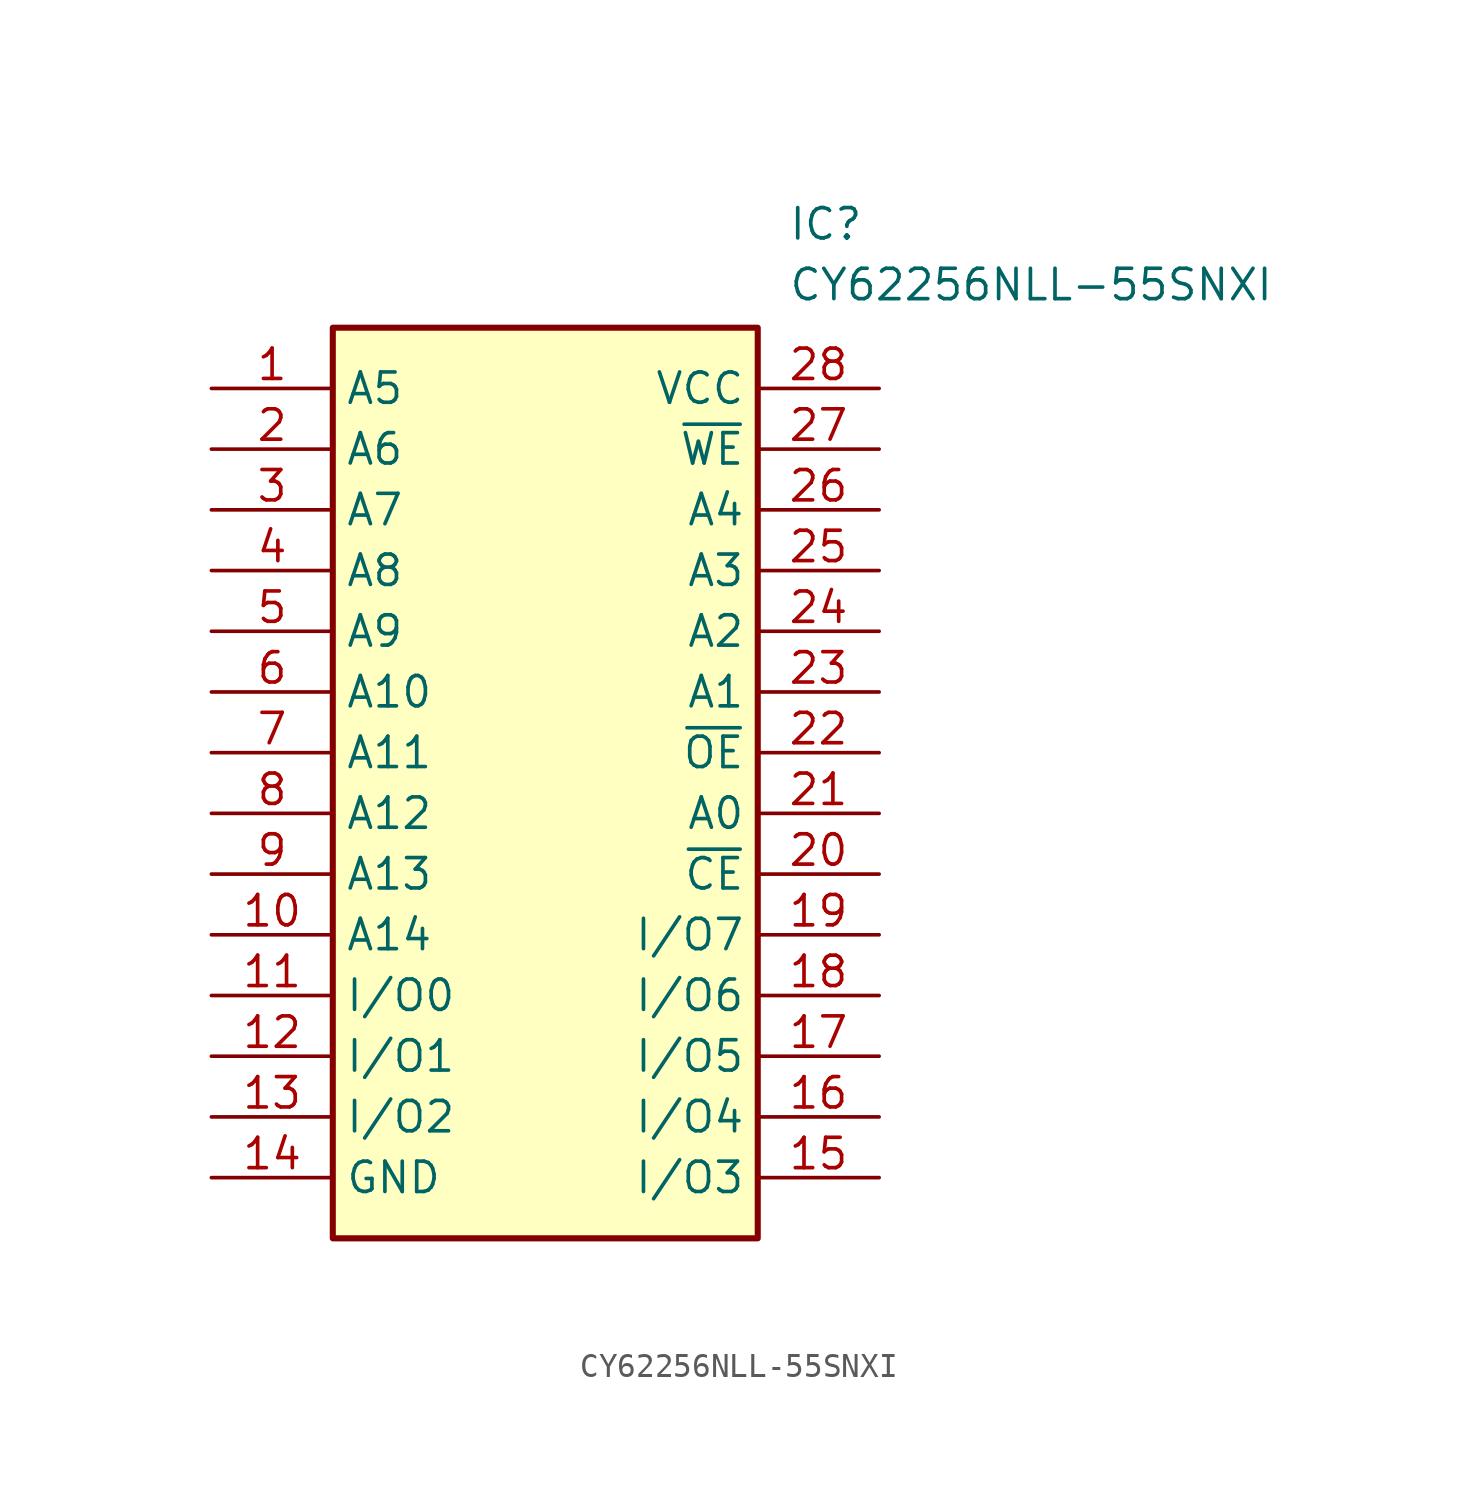
<source format=kicad_sym>
(kicad_symbol_lib
  (version 20211014)
  (generator SamacSys_ECAD_Model)
  (symbol "CY62256NLL-55SNXI"
    (property "Reference" "IC"
      (at 24.13 7.62 0)
      (effects (font (size 1.27 1.27)) (justify left top)))
    (property "Value" "CY62256NLL-55SNXI"
      (at 24.13 5.08 0)
      (effects (font (size 1.27 1.27)) (justify left top)))
    (rectangle
      (start 5.08 2.54)
      (end 22.86 -35.56)
      (stroke (width 0.254) (type default))
      (fill (type background)))
    (pin passive line
      (at 0 0 0)
      (length 5.08)
      (name "A5" (effects (font (size 1.27 1.27))))
      (number "1" (effects (font (size 1.27 1.27)))))
    (pin passive line
      (at 0 -2.54 0)
      (length 5.08)
      (name "A6" (effects (font (size 1.27 1.27))))
      (number "2" (effects (font (size 1.27 1.27)))))
    (pin passive line
      (at 0 -5.08 0)
      (length 5.08)
      (name "A7" (effects (font (size 1.27 1.27))))
      (number "3" (effects (font (size 1.27 1.27)))))
    (pin passive line
      (at 0 -7.62 0)
      (length 5.08)
      (name "A8" (effects (font (size 1.27 1.27))))
      (number "4" (effects (font (size 1.27 1.27)))))
    (pin passive line
      (at 0 -10.16 0)
      (length 5.08)
      (name "A9" (effects (font (size 1.27 1.27))))
      (number "5" (effects (font (size 1.27 1.27)))))
    (pin passive line
      (at 0 -12.7 0)
      (length 5.08)
      (name "A10" (effects (font (size 1.27 1.27))))
      (number "6" (effects (font (size 1.27 1.27)))))
    (pin passive line
      (at 0 -15.24 0)
      (length 5.08)
      (name "A11" (effects (font (size 1.27 1.27))))
      (number "7" (effects (font (size 1.27 1.27)))))
    (pin passive line
      (at 0 -17.78 0)
      (length 5.08)
      (name "A12" (effects (font (size 1.27 1.27))))
      (number "8" (effects (font (size 1.27 1.27)))))
    (pin passive line
      (at 0 -20.32 0)
      (length 5.08)
      (name "A13" (effects (font (size 1.27 1.27))))
      (number "9" (effects (font (size 1.27 1.27)))))
    (pin passive line
      (at 0 -22.86 0)
      (length 5.08)
      (name "A14" (effects (font (size 1.27 1.27))))
      (number "10" (effects (font (size 1.27 1.27)))))
    (pin passive line
      (at 0 -25.4 0)
      (length 5.08)
      (name "I/O0" (effects (font (size 1.27 1.27))))
      (number "11" (effects (font (size 1.27 1.27)))))
    (pin passive line
      (at 0 -27.94 0)
      (length 5.08)
      (name "I/O1" (effects (font (size 1.27 1.27))))
      (number "12" (effects (font (size 1.27 1.27)))))
    (pin passive line
      (at 0 -30.48 0)
      (length 5.08)
      (name "I/O2" (effects (font (size 1.27 1.27))))
      (number "13" (effects (font (size 1.27 1.27)))))
    (pin passive line
      (at 0 -33.02 0)
      (length 5.08)
      (name "GND" (effects (font (size 1.27 1.27))))
      (number "14" (effects (font (size 1.27 1.27)))))
    (pin passive line
      (at 27.94 0 180)
      (length 5.08)
      (name "VCC" (effects (font (size 1.27 1.27))))
      (number "28" (effects (font (size 1.27 1.27)))))
    (pin passive line
      (at 27.94 -2.54 180)
      (length 5.08)
      (name "~{WE}" (effects (font (size 1.27 1.27))))
      (number "27" (effects (font (size 1.27 1.27)))))
    (pin passive line
      (at 27.94 -5.08 180)
      (length 5.08)
      (name "A4" (effects (font (size 1.27 1.27))))
      (number "26" (effects (font (size 1.27 1.27)))))
    (pin passive line
      (at 27.94 -7.62 180)
      (length 5.08)
      (name "A3" (effects (font (size 1.27 1.27))))
      (number "25" (effects (font (size 1.27 1.27)))))
    (pin passive line
      (at 27.94 -10.16 180)
      (length 5.08)
      (name "A2" (effects (font (size 1.27 1.27))))
      (number "24" (effects (font (size 1.27 1.27)))))
    (pin passive line
      (at 27.94 -12.7 180)
      (length 5.08)
      (name "A1" (effects (font (size 1.27 1.27))))
      (number "23" (effects (font (size 1.27 1.27)))))
    (pin passive line
      (at 27.94 -15.24 180)
      (length 5.08)
      (name "~{OE}" (effects (font (size 1.27 1.27))))
      (number "22" (effects (font (size 1.27 1.27)))))
    (pin passive line
      (at 27.94 -17.78 180)
      (length 5.08)
      (name "A0" (effects (font (size 1.27 1.27))))
      (number "21" (effects (font (size 1.27 1.27)))))
    (pin passive line
      (at 27.94 -20.32 180)
      (length 5.08)
      (name "~{CE}" (effects (font (size 1.27 1.27))))
      (number "20" (effects (font (size 1.27 1.27)))))
    (pin passive line
      (at 27.94 -22.86 180)
      (length 5.08)
      (name "I/O7" (effects (font (size 1.27 1.27))))
      (number "19" (effects (font (size 1.27 1.27)))))
    (pin passive line
      (at 27.94 -25.4 180)
      (length 5.08)
      (name "I/O6" (effects (font (size 1.27 1.27))))
      (number "18" (effects (font (size 1.27 1.27)))))
    (pin passive line
      (at 27.94 -27.94 180)
      (length 5.08)
      (name "I/O5" (effects (font (size 1.27 1.27))))
      (number "17" (effects (font (size 1.27 1.27)))))
    (pin passive line
      (at 27.94 -30.48 180)
      (length 5.08)
      (name "I/O4" (effects (font (size 1.27 1.27))))
      (number "16" (effects (font (size 1.27 1.27)))))
    (pin passive line
      (at 27.94 -33.02 180)
      (length 5.08)
      (name "I/O3" (effects (font (size 1.27 1.27))))
      (number "15" (effects (font (size 1.27 1.27)))))))
</source>
